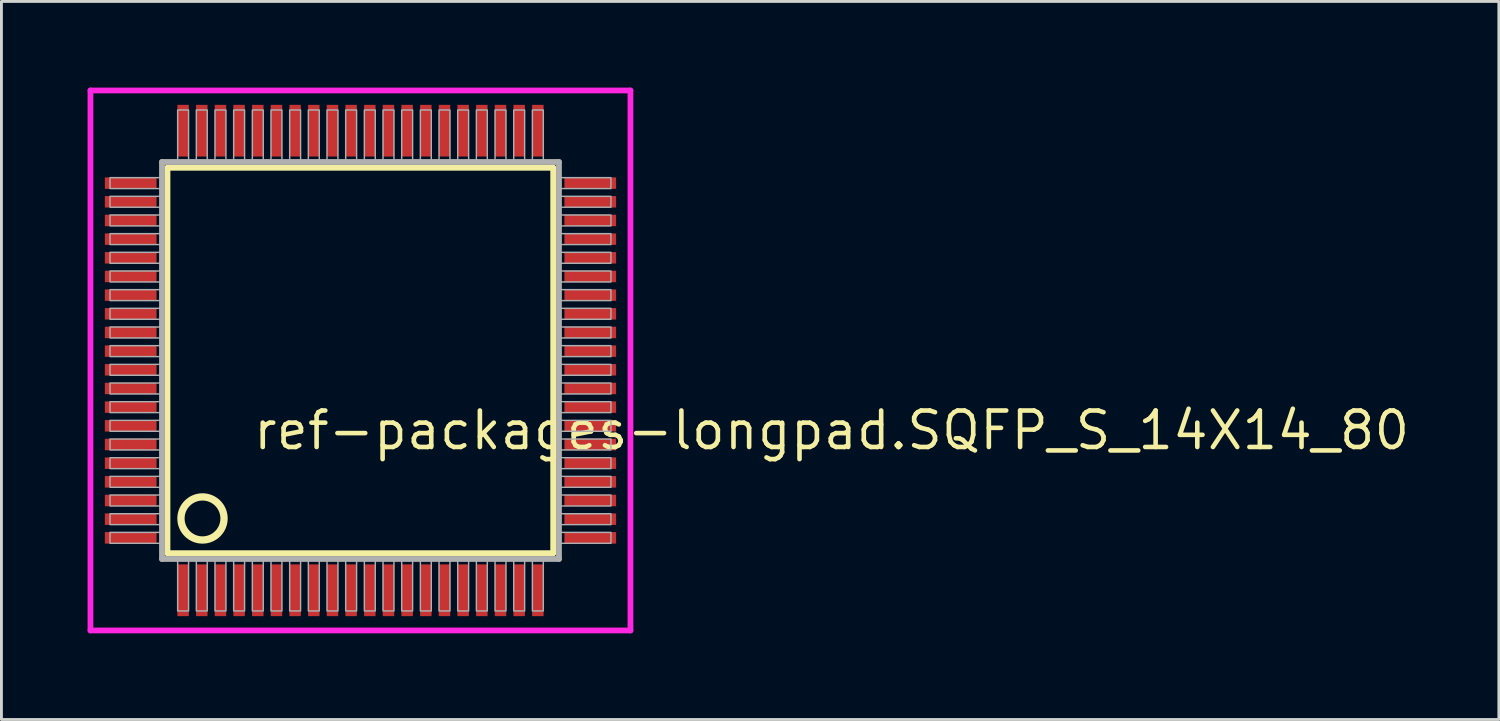
<source format=kicad_pcb>
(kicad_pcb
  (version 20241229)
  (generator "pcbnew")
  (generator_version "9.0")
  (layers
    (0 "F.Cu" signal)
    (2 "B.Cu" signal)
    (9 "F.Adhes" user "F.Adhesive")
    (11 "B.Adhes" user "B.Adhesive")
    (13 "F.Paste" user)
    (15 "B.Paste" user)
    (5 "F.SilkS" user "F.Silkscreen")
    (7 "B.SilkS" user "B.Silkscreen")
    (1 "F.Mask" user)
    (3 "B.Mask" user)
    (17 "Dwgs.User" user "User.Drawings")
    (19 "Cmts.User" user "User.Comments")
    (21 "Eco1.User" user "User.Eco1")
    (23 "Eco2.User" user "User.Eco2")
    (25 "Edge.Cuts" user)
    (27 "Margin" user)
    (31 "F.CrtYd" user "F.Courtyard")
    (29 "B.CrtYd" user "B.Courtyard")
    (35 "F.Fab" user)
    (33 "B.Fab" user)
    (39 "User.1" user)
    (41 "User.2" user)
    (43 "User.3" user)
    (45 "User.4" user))
  (footprint "ref-packages-longpad.SQFP_S_14X14_80"
    (layer "F.Cu")
    (at 9.5 9.5)
    (property "Reference" "ref-packages-longpad.SQFP_S_14X14_80" (at -3.81 3.175 0) (layer "F.SilkS") (effects (font (size 1.27 1.27) (thickness 0.16)) (justify left bottom)))
    (attr smd)
    (fp_line (start -6.72 -6.71) (end 6.71 -6.71) (stroke (width 0.203) (type default)) (layer "F.SilkS"))
    (fp_line (start -6.72 6.71) (end -6.72 -6.71) (stroke (width 0.203) (type default)) (layer "F.SilkS"))
    (fp_line (start 6.71 -6.71) (end 6.71 6.71) (stroke (width 0.203) (type default)) (layer "F.SilkS"))
    (fp_line (start 6.71 6.71) (end -6.72 6.71) (stroke (width 0.203) (type default)) (layer "F.SilkS"))
    (fp_circle (center -5.5 5.5) (end -4.75 5.5) (stroke (width 0.254) (type default)) (fill no) (layer "F.SilkS"))
    (fp_line (start -9.4 -9.4) (end 9.4 -9.4) (stroke (width 0.2) (type default)) (layer "F.CrtYd"))
    (fp_line (start -9.4 9.4) (end -9.4 -9.4) (stroke (width 0.2) (type default)) (layer "F.CrtYd"))
    (fp_line (start 9.4 -9.4) (end 9.4 9.4) (stroke (width 0.2) (type default)) (layer "F.CrtYd"))
    (fp_line (start 9.4 9.4) (end -9.4 9.4) (stroke (width 0.2) (type default)) (layer "F.CrtYd"))
    (fp_line (start -6.91 -6.91) (end -6.91 6.91) (stroke (width 0.203) (type default)) (layer "F.Fab"))
    (fp_line (start -6.91 6.91) (end 6.91 6.91) (stroke (width 0.203) (type default)) (layer "F.Fab"))
    (fp_line (start 6.91 -6.91) (end -6.91 -6.91) (stroke (width 0.203) (type default)) (layer "F.Fab"))
    (fp_line (start 6.91 6.91) (end 6.91 -6.91) (stroke (width 0.203) (type default)) (layer "F.Fab"))
    (fp_rect (start -8.72 -5.985) (end -6.95 -6.365) (stroke (width 0.05) (type default)) (fill no) (layer "F.Fab"))
    (fp_rect (start -8.72 -5.335) (end -6.95 -5.715) (stroke (width 0.05) (type default)) (fill no) (layer "F.Fab"))
    (fp_rect (start -8.72 -4.685) (end -6.95 -5.065) (stroke (width 0.05) (type default)) (fill no) (layer "F.Fab"))
    (fp_rect (start -8.72 -4.035) (end -6.95 -4.415) (stroke (width 0.05) (type default)) (fill no) (layer "F.Fab"))
    (fp_rect (start -8.72 -3.385) (end -6.95 -3.765) (stroke (width 0.05) (type default)) (fill no) (layer "F.Fab"))
    (fp_rect (start -8.72 -2.735) (end -6.95 -3.115) (stroke (width 0.05) (type default)) (fill no) (layer "F.Fab"))
    (fp_rect (start -8.72 -2.085) (end -6.95 -2.465) (stroke (width 0.05) (type default)) (fill no) (layer "F.Fab"))
    (fp_rect (start -8.72 -1.435) (end -6.95 -1.815) (stroke (width 0.05) (type default)) (fill no) (layer "F.Fab"))
    (fp_rect (start -8.72 -0.785) (end -6.95 -1.165) (stroke (width 0.05) (type default)) (fill no) (layer "F.Fab"))
    (fp_rect (start -8.72 -0.135) (end -6.95 -0.515) (stroke (width 0.05) (type default)) (fill no) (layer "F.Fab"))
    (fp_rect (start -8.72 0.515) (end -6.95 0.135) (stroke (width 0.05) (type default)) (fill no) (layer "F.Fab"))
    (fp_rect (start -8.72 1.165) (end -6.95 0.785) (stroke (width 0.05) (type default)) (fill no) (layer "F.Fab"))
    (fp_rect (start -8.72 1.815) (end -6.95 1.435) (stroke (width 0.05) (type default)) (fill no) (layer "F.Fab"))
    (fp_rect (start -8.72 2.465) (end -6.95 2.085) (stroke (width 0.05) (type default)) (fill no) (layer "F.Fab"))
    (fp_rect (start -8.72 3.115) (end -6.95 2.735) (stroke (width 0.05) (type default)) (fill no) (layer "F.Fab"))
    (fp_rect (start -8.72 3.765) (end -6.95 3.385) (stroke (width 0.05) (type default)) (fill no) (layer "F.Fab"))
    (fp_rect (start -8.72 4.415) (end -6.95 4.035) (stroke (width 0.05) (type default)) (fill no) (layer "F.Fab"))
    (fp_rect (start -8.72 5.065) (end -6.95 4.685) (stroke (width 0.05) (type default)) (fill no) (layer "F.Fab"))
    (fp_rect (start -8.72 5.715) (end -6.95 5.335) (stroke (width 0.05) (type default)) (fill no) (layer "F.Fab"))
    (fp_rect (start -8.72 6.365) (end -6.95 5.985) (stroke (width 0.05) (type default)) (fill no) (layer "F.Fab"))
    (fp_rect (start -6.365 -6.95) (end -5.985 -8.72) (stroke (width 0.05) (type default)) (fill no) (layer "F.Fab"))
    (fp_rect (start -6.365 8.72) (end -5.985 6.95) (stroke (width 0.05) (type default)) (fill no) (layer "F.Fab"))
    (fp_rect (start -5.715 -6.95) (end -5.335 -8.72) (stroke (width 0.05) (type default)) (fill no) (layer "F.Fab"))
    (fp_rect (start -5.715 8.72) (end -5.335 6.95) (stroke (width 0.05) (type default)) (fill no) (layer "F.Fab"))
    (fp_rect (start -5.065 -6.95) (end -4.685 -8.72) (stroke (width 0.05) (type default)) (fill no) (layer "F.Fab"))
    (fp_rect (start -5.065 8.72) (end -4.685 6.95) (stroke (width 0.05) (type default)) (fill no) (layer "F.Fab"))
    (fp_rect (start -4.415 -6.95) (end -4.035 -8.72) (stroke (width 0.05) (type default)) (fill no) (layer "F.Fab"))
    (fp_rect (start -4.415 8.72) (end -4.035 6.95) (stroke (width 0.05) (type default)) (fill no) (layer "F.Fab"))
    (fp_rect (start -3.765 -6.95) (end -3.385 -8.72) (stroke (width 0.05) (type default)) (fill no) (layer "F.Fab"))
    (fp_rect (start -3.765 8.72) (end -3.385 6.95) (stroke (width 0.05) (type default)) (fill no) (layer "F.Fab"))
    (fp_rect (start -3.115 -6.95) (end -2.735 -8.72) (stroke (width 0.05) (type default)) (fill no) (layer "F.Fab"))
    (fp_rect (start -3.115 8.72) (end -2.735 6.95) (stroke (width 0.05) (type default)) (fill no) (layer "F.Fab"))
    (fp_rect (start -2.465 -6.95) (end -2.085 -8.72) (stroke (width 0.05) (type default)) (fill no) (layer "F.Fab"))
    (fp_rect (start -2.465 8.72) (end -2.085 6.95) (stroke (width 0.05) (type default)) (fill no) (layer "F.Fab"))
    (fp_rect (start -1.815 -6.95) (end -1.435 -8.72) (stroke (width 0.05) (type default)) (fill no) (layer "F.Fab"))
    (fp_rect (start -1.815 8.72) (end -1.435 6.95) (stroke (width 0.05) (type default)) (fill no) (layer "F.Fab"))
    (fp_rect (start -1.165 -6.95) (end -0.785 -8.72) (stroke (width 0.05) (type default)) (fill no) (layer "F.Fab"))
    (fp_rect (start -1.165 8.72) (end -0.785 6.95) (stroke (width 0.05) (type default)) (fill no) (layer "F.Fab"))
    (fp_rect (start -0.515 -6.95) (end -0.135 -8.72) (stroke (width 0.05) (type default)) (fill no) (layer "F.Fab"))
    (fp_rect (start -0.515 8.72) (end -0.135 6.95) (stroke (width 0.05) (type default)) (fill no) (layer "F.Fab"))
    (fp_rect (start 0.135 -6.95) (end 0.515 -8.72) (stroke (width 0.05) (type default)) (fill no) (layer "F.Fab"))
    (fp_rect (start 0.135 8.72) (end 0.515 6.95) (stroke (width 0.05) (type default)) (fill no) (layer "F.Fab"))
    (fp_rect (start 0.785 -6.95) (end 1.165 -8.72) (stroke (width 0.05) (type default)) (fill no) (layer "F.Fab"))
    (fp_rect (start 0.785 8.72) (end 1.165 6.95) (stroke (width 0.05) (type default)) (fill no) (layer "F.Fab"))
    (fp_rect (start 1.435 -6.95) (end 1.815 -8.72) (stroke (width 0.05) (type default)) (fill no) (layer "F.Fab"))
    (fp_rect (start 1.435 8.72) (end 1.815 6.95) (stroke (width 0.05) (type default)) (fill no) (layer "F.Fab"))
    (fp_rect (start 2.085 -6.95) (end 2.465 -8.72) (stroke (width 0.05) (type default)) (fill no) (layer "F.Fab"))
    (fp_rect (start 2.085 8.72) (end 2.465 6.95) (stroke (width 0.05) (type default)) (fill no) (layer "F.Fab"))
    (fp_rect (start 2.735 -6.95) (end 3.115 -8.72) (stroke (width 0.05) (type default)) (fill no) (layer "F.Fab"))
    (fp_rect (start 2.735 8.72) (end 3.115 6.95) (stroke (width 0.05) (type default)) (fill no) (layer "F.Fab"))
    (fp_rect (start 3.385 -6.95) (end 3.765 -8.72) (stroke (width 0.05) (type default)) (fill no) (layer "F.Fab"))
    (fp_rect (start 3.385 8.72) (end 3.765 6.95) (stroke (width 0.05) (type default)) (fill no) (layer "F.Fab"))
    (fp_rect (start 4.035 -6.95) (end 4.415 -8.72) (stroke (width 0.05) (type default)) (fill no) (layer "F.Fab"))
    (fp_rect (start 4.035 8.72) (end 4.415 6.95) (stroke (width 0.05) (type default)) (fill no) (layer "F.Fab"))
    (fp_rect (start 4.685 -6.95) (end 5.065 -8.72) (stroke (width 0.05) (type default)) (fill no) (layer "F.Fab"))
    (fp_rect (start 4.685 8.72) (end 5.065 6.95) (stroke (width 0.05) (type default)) (fill no) (layer "F.Fab"))
    (fp_rect (start 5.335 -6.95) (end 5.715 -8.72) (stroke (width 0.05) (type default)) (fill no) (layer "F.Fab"))
    (fp_rect (start 5.335 8.72) (end 5.715 6.95) (stroke (width 0.05) (type default)) (fill no) (layer "F.Fab"))
    (fp_rect (start 5.985 -6.95) (end 6.365 -8.72) (stroke (width 0.05) (type default)) (fill no) (layer "F.Fab"))
    (fp_rect (start 5.985 8.72) (end 6.365 6.95) (stroke (width 0.05) (type default)) (fill no) (layer "F.Fab"))
    (fp_rect (start 6.95 -5.985) (end 8.72 -6.365) (stroke (width 0.05) (type default)) (fill no) (layer "F.Fab"))
    (fp_rect (start 6.95 -5.335) (end 8.72 -5.715) (stroke (width 0.05) (type default)) (fill no) (layer "F.Fab"))
    (fp_rect (start 6.95 -4.685) (end 8.72 -5.065) (stroke (width 0.05) (type default)) (fill no) (layer "F.Fab"))
    (fp_rect (start 6.95 -4.035) (end 8.72 -4.415) (stroke (width 0.05) (type default)) (fill no) (layer "F.Fab"))
    (fp_rect (start 6.95 -3.385) (end 8.72 -3.765) (stroke (width 0.05) (type default)) (fill no) (layer "F.Fab"))
    (fp_rect (start 6.95 -2.735) (end 8.72 -3.115) (stroke (width 0.05) (type default)) (fill no) (layer "F.Fab"))
    (fp_rect (start 6.95 -2.085) (end 8.72 -2.465) (stroke (width 0.05) (type default)) (fill no) (layer "F.Fab"))
    (fp_rect (start 6.95 -1.435) (end 8.72 -1.815) (stroke (width 0.05) (type default)) (fill no) (layer "F.Fab"))
    (fp_rect (start 6.95 -0.785) (end 8.72 -1.165) (stroke (width 0.05) (type default)) (fill no) (layer "F.Fab"))
    (fp_rect (start 6.95 -0.135) (end 8.72 -0.515) (stroke (width 0.05) (type default)) (fill no) (layer "F.Fab"))
    (fp_rect (start 6.95 0.515) (end 8.72 0.135) (stroke (width 0.05) (type default)) (fill no) (layer "F.Fab"))
    (fp_rect (start 6.95 1.165) (end 8.72 0.785) (stroke (width 0.05) (type default)) (fill no) (layer "F.Fab"))
    (fp_rect (start 6.95 1.815) (end 8.72 1.435) (stroke (width 0.05) (type default)) (fill no) (layer "F.Fab"))
    (fp_rect (start 6.95 2.465) (end 8.72 2.085) (stroke (width 0.05) (type default)) (fill no) (layer "F.Fab"))
    (fp_rect (start 6.95 3.115) (end 8.72 2.735) (stroke (width 0.05) (type default)) (fill no) (layer "F.Fab"))
    (fp_rect (start 6.95 3.765) (end 8.72 3.385) (stroke (width 0.05) (type default)) (fill no) (layer "F.Fab"))
    (fp_rect (start 6.95 4.415) (end 8.72 4.035) (stroke (width 0.05) (type default)) (fill no) (layer "F.Fab"))
    (fp_rect (start 6.95 5.065) (end 8.72 4.685) (stroke (width 0.05) (type default)) (fill no) (layer "F.Fab"))
    (fp_rect (start 6.95 5.715) (end 8.72 5.335) (stroke (width 0.05) (type default)) (fill no) (layer "F.Fab"))
    (fp_rect (start 6.95 6.365) (end 8.72 5.985) (stroke (width 0.05) (type default)) (fill no) (layer "F.Fab"))
    (pad "1" smd roundrect (at -6.175 8) (size 0.4 1.8) (layers "F.Cu" "F.Mask" "F.Paste") (roundrect_rratio 0.01))
    (pad "2" smd roundrect (at -5.525 8) (size 0.4 1.8) (layers "F.Cu" "F.Mask" "F.Paste") (roundrect_rratio 0.01))
    (pad "3" smd roundrect (at -4.875 8) (size 0.4 1.8) (layers "F.Cu" "F.Mask" "F.Paste") (roundrect_rratio 0.01))
    (pad "4" smd roundrect (at -4.225 8) (size 0.4 1.8) (layers "F.Cu" "F.Mask" "F.Paste") (roundrect_rratio 0.01))
    (pad "5" smd roundrect (at -3.575 8) (size 0.4 1.8) (layers "F.Cu" "F.Mask" "F.Paste") (roundrect_rratio 0.01))
    (pad "6" smd roundrect (at -2.925 8) (size 0.4 1.8) (layers "F.Cu" "F.Mask" "F.Paste") (roundrect_rratio 0.01))
    (pad "7" smd roundrect (at -2.275 8) (size 0.4 1.8) (layers "F.Cu" "F.Mask" "F.Paste") (roundrect_rratio 0.01))
    (pad "8" smd roundrect (at -1.625 8) (size 0.4 1.8) (layers "F.Cu" "F.Mask" "F.Paste") (roundrect_rratio 0.01))
    (pad "9" smd roundrect (at -0.975 8) (size 0.4 1.8) (layers "F.Cu" "F.Mask" "F.Paste") (roundrect_rratio 0.01))
    (pad "10" smd roundrect (at -0.325 8) (size 0.4 1.8) (layers "F.Cu" "F.Mask" "F.Paste") (roundrect_rratio 0.01))
    (pad "11" smd roundrect (at 0.325 8) (size 0.4 1.8) (layers "F.Cu" "F.Mask" "F.Paste") (roundrect_rratio 0.01))
    (pad "12" smd roundrect (at 0.975 8) (size 0.4 1.8) (layers "F.Cu" "F.Mask" "F.Paste") (roundrect_rratio 0.01))
    (pad "13" smd roundrect (at 1.625 8) (size 0.4 1.8) (layers "F.Cu" "F.Mask" "F.Paste") (roundrect_rratio 0.01))
    (pad "14" smd roundrect (at 2.275 8) (size 0.4 1.8) (layers "F.Cu" "F.Mask" "F.Paste") (roundrect_rratio 0.01))
    (pad "15" smd roundrect (at 2.925 8) (size 0.4 1.8) (layers "F.Cu" "F.Mask" "F.Paste") (roundrect_rratio 0.01))
    (pad "16" smd roundrect (at 3.575 8) (size 0.4 1.8) (layers "F.Cu" "F.Mask" "F.Paste") (roundrect_rratio 0.01))
    (pad "17" smd roundrect (at 4.225 8) (size 0.4 1.8) (layers "F.Cu" "F.Mask" "F.Paste") (roundrect_rratio 0.01))
    (pad "18" smd roundrect (at 4.875 8) (size 0.4 1.8) (layers "F.Cu" "F.Mask" "F.Paste") (roundrect_rratio 0.01))
    (pad "19" smd roundrect (at 5.525 8) (size 0.4 1.8) (layers "F.Cu" "F.Mask" "F.Paste") (roundrect_rratio 0.01))
    (pad "20" smd roundrect (at 6.175 8) (size 0.4 1.8) (layers "F.Cu" "F.Mask" "F.Paste") (roundrect_rratio 0.01))
    (pad "21" smd roundrect (at 8 6.175) (size 1.8 0.4) (layers "F.Cu" "F.Mask" "F.Paste") (roundrect_rratio 0.01))
    (pad "22" smd roundrect (at 8 5.525) (size 1.8 0.4) (layers "F.Cu" "F.Mask" "F.Paste") (roundrect_rratio 0.01))
    (pad "23" smd roundrect (at 8 4.875) (size 1.8 0.4) (layers "F.Cu" "F.Mask" "F.Paste") (roundrect_rratio 0.01))
    (pad "24" smd roundrect (at 8 4.225) (size 1.8 0.4) (layers "F.Cu" "F.Mask" "F.Paste") (roundrect_rratio 0.01))
    (pad "25" smd roundrect (at 8 3.575) (size 1.8 0.4) (layers "F.Cu" "F.Mask" "F.Paste") (roundrect_rratio 0.01))
    (pad "26" smd roundrect (at 8 2.925) (size 1.8 0.4) (layers "F.Cu" "F.Mask" "F.Paste") (roundrect_rratio 0.01))
    (pad "27" smd roundrect (at 8 2.275) (size 1.8 0.4) (layers "F.Cu" "F.Mask" "F.Paste") (roundrect_rratio 0.01))
    (pad "28" smd roundrect (at 8 1.625) (size 1.8 0.4) (layers "F.Cu" "F.Mask" "F.Paste") (roundrect_rratio 0.01))
    (pad "29" smd roundrect (at 8 0.975) (size 1.8 0.4) (layers "F.Cu" "F.Mask" "F.Paste") (roundrect_rratio 0.01))
    (pad "30" smd roundrect (at 8 0.325) (size 1.8 0.4) (layers "F.Cu" "F.Mask" "F.Paste") (roundrect_rratio 0.01))
    (pad "31" smd roundrect (at 8 -0.325) (size 1.8 0.4) (layers "F.Cu" "F.Mask" "F.Paste") (roundrect_rratio 0.01))
    (pad "32" smd roundrect (at 8 -0.975) (size 1.8 0.4) (layers "F.Cu" "F.Mask" "F.Paste") (roundrect_rratio 0.01))
    (pad "33" smd roundrect (at 8 -1.625) (size 1.8 0.4) (layers "F.Cu" "F.Mask" "F.Paste") (roundrect_rratio 0.01))
    (pad "34" smd roundrect (at 8 -2.275) (size 1.8 0.4) (layers "F.Cu" "F.Mask" "F.Paste") (roundrect_rratio 0.01))
    (pad "35" smd roundrect (at 8 -2.925) (size 1.8 0.4) (layers "F.Cu" "F.Mask" "F.Paste") (roundrect_rratio 0.01))
    (pad "36" smd roundrect (at 8 -3.575) (size 1.8 0.4) (layers "F.Cu" "F.Mask" "F.Paste") (roundrect_rratio 0.01))
    (pad "37" smd roundrect (at 8 -4.225) (size 1.8 0.4) (layers "F.Cu" "F.Mask" "F.Paste") (roundrect_rratio 0.01))
    (pad "38" smd roundrect (at 8 -4.875) (size 1.8 0.4) (layers "F.Cu" "F.Mask" "F.Paste") (roundrect_rratio 0.01))
    (pad "39" smd roundrect (at 8 -5.525) (size 1.8 0.4) (layers "F.Cu" "F.Mask" "F.Paste") (roundrect_rratio 0.01))
    (pad "40" smd roundrect (at 8 -6.175) (size 1.8 0.4) (layers "F.Cu" "F.Mask" "F.Paste") (roundrect_rratio 0.01))
    (pad "41" smd roundrect (at 6.175 -8) (size 0.4 1.8) (layers "F.Cu" "F.Mask" "F.Paste") (roundrect_rratio 0.01))
    (pad "42" smd roundrect (at 5.525 -8) (size 0.4 1.8) (layers "F.Cu" "F.Mask" "F.Paste") (roundrect_rratio 0.01))
    (pad "43" smd roundrect (at 4.875 -8) (size 0.4 1.8) (layers "F.Cu" "F.Mask" "F.Paste") (roundrect_rratio 0.01))
    (pad "44" smd roundrect (at 4.225 -8) (size 0.4 1.8) (layers "F.Cu" "F.Mask" "F.Paste") (roundrect_rratio 0.01))
    (pad "45" smd roundrect (at 3.575 -8) (size 0.4 1.8) (layers "F.Cu" "F.Mask" "F.Paste") (roundrect_rratio 0.01))
    (pad "46" smd roundrect (at 2.925 -8) (size 0.4 1.8) (layers "F.Cu" "F.Mask" "F.Paste") (roundrect_rratio 0.01))
    (pad "47" smd roundrect (at 2.275 -8) (size 0.4 1.8) (layers "F.Cu" "F.Mask" "F.Paste") (roundrect_rratio 0.01))
    (pad "48" smd roundrect (at 1.625 -8) (size 0.4 1.8) (layers "F.Cu" "F.Mask" "F.Paste") (roundrect_rratio 0.01))
    (pad "49" smd roundrect (at 0.975 -8) (size 0.4 1.8) (layers "F.Cu" "F.Mask" "F.Paste") (roundrect_rratio 0.01))
    (pad "50" smd roundrect (at 0.325 -8) (size 0.4 1.8) (layers "F.Cu" "F.Mask" "F.Paste") (roundrect_rratio 0.01))
    (pad "51" smd roundrect (at -0.325 -8) (size 0.4 1.8) (layers "F.Cu" "F.Mask" "F.Paste") (roundrect_rratio 0.01))
    (pad "52" smd roundrect (at -0.975 -8) (size 0.4 1.8) (layers "F.Cu" "F.Mask" "F.Paste") (roundrect_rratio 0.01))
    (pad "53" smd roundrect (at -1.625 -8) (size 0.4 1.8) (layers "F.Cu" "F.Mask" "F.Paste") (roundrect_rratio 0.01))
    (pad "54" smd roundrect (at -2.275 -8) (size 0.4 1.8) (layers "F.Cu" "F.Mask" "F.Paste") (roundrect_rratio 0.01))
    (pad "55" smd roundrect (at -2.925 -8) (size 0.4 1.8) (layers "F.Cu" "F.Mask" "F.Paste") (roundrect_rratio 0.01))
    (pad "56" smd roundrect (at -3.575 -8) (size 0.4 1.8) (layers "F.Cu" "F.Mask" "F.Paste") (roundrect_rratio 0.01))
    (pad "57" smd roundrect (at -4.225 -8) (size 0.4 1.8) (layers "F.Cu" "F.Mask" "F.Paste") (roundrect_rratio 0.01))
    (pad "58" smd roundrect (at -4.875 -8) (size 0.4 1.8) (layers "F.Cu" "F.Mask" "F.Paste") (roundrect_rratio 0.01))
    (pad "59" smd roundrect (at -5.525 -8) (size 0.4 1.8) (layers "F.Cu" "F.Mask" "F.Paste") (roundrect_rratio 0.01))
    (pad "60" smd roundrect (at -6.175 -8) (size 0.4 1.8) (layers "F.Cu" "F.Mask" "F.Paste") (roundrect_rratio 0.01))
    (pad "61" smd roundrect (at -8 -6.175) (size 1.8 0.4) (layers "F.Cu" "F.Mask" "F.Paste") (roundrect_rratio 0.01))
    (pad "62" smd roundrect (at -8 -5.525) (size 1.8 0.4) (layers "F.Cu" "F.Mask" "F.Paste") (roundrect_rratio 0.01))
    (pad "63" smd roundrect (at -8 -4.875) (size 1.8 0.4) (layers "F.Cu" "F.Mask" "F.Paste") (roundrect_rratio 0.01))
    (pad "64" smd roundrect (at -8 -4.225) (size 1.8 0.4) (layers "F.Cu" "F.Mask" "F.Paste") (roundrect_rratio 0.01))
    (pad "65" smd roundrect (at -8 -3.575) (size 1.8 0.4) (layers "F.Cu" "F.Mask" "F.Paste") (roundrect_rratio 0.01))
    (pad "66" smd roundrect (at -8 -2.925) (size 1.8 0.4) (layers "F.Cu" "F.Mask" "F.Paste") (roundrect_rratio 0.01))
    (pad "67" smd roundrect (at -8 -2.275) (size 1.8 0.4) (layers "F.Cu" "F.Mask" "F.Paste") (roundrect_rratio 0.01))
    (pad "68" smd roundrect (at -8 -1.625) (size 1.8 0.4) (layers "F.Cu" "F.Mask" "F.Paste") (roundrect_rratio 0.01))
    (pad "69" smd roundrect (at -8 -0.975) (size 1.8 0.4) (layers "F.Cu" "F.Mask" "F.Paste") (roundrect_rratio 0.01))
    (pad "70" smd roundrect (at -8 -0.325) (size 1.8 0.4) (layers "F.Cu" "F.Mask" "F.Paste") (roundrect_rratio 0.01))
    (pad "71" smd roundrect (at -8 0.325) (size 1.8 0.4) (layers "F.Cu" "F.Mask" "F.Paste") (roundrect_rratio 0.01))
    (pad "72" smd roundrect (at -8 0.975) (size 1.8 0.4) (layers "F.Cu" "F.Mask" "F.Paste") (roundrect_rratio 0.01))
    (pad "73" smd roundrect (at -8 1.625) (size 1.8 0.4) (layers "F.Cu" "F.Mask" "F.Paste") (roundrect_rratio 0.01))
    (pad "74" smd roundrect (at -8 2.275) (size 1.8 0.4) (layers "F.Cu" "F.Mask" "F.Paste") (roundrect_rratio 0.01))
    (pad "75" smd roundrect (at -8 2.925) (size 1.8 0.4) (layers "F.Cu" "F.Mask" "F.Paste") (roundrect_rratio 0.01))
    (pad "76" smd roundrect (at -8 3.575) (size 1.8 0.4) (layers "F.Cu" "F.Mask" "F.Paste") (roundrect_rratio 0.01))
    (pad "77" smd roundrect (at -8 4.225) (size 1.8 0.4) (layers "F.Cu" "F.Mask" "F.Paste") (roundrect_rratio 0.01))
    (pad "78" smd roundrect (at -8 4.875) (size 1.8 0.4) (layers "F.Cu" "F.Mask" "F.Paste") (roundrect_rratio 0.01))
    (pad "79" smd roundrect (at -8 5.525) (size 1.8 0.4) (layers "F.Cu" "F.Mask" "F.Paste") (roundrect_rratio 0.01))
    (pad "80" smd roundrect (at -8 6.175) (size 1.8 0.4) (layers "F.Cu" "F.Mask" "F.Paste") (roundrect_rratio 0.01)))
  (gr_rect
    (start -3 -3)
    (end 49.133 22)
    (stroke (width 0.1) (type default))
    (fill no)
    (layer "Edge.Cuts")))
</source>
